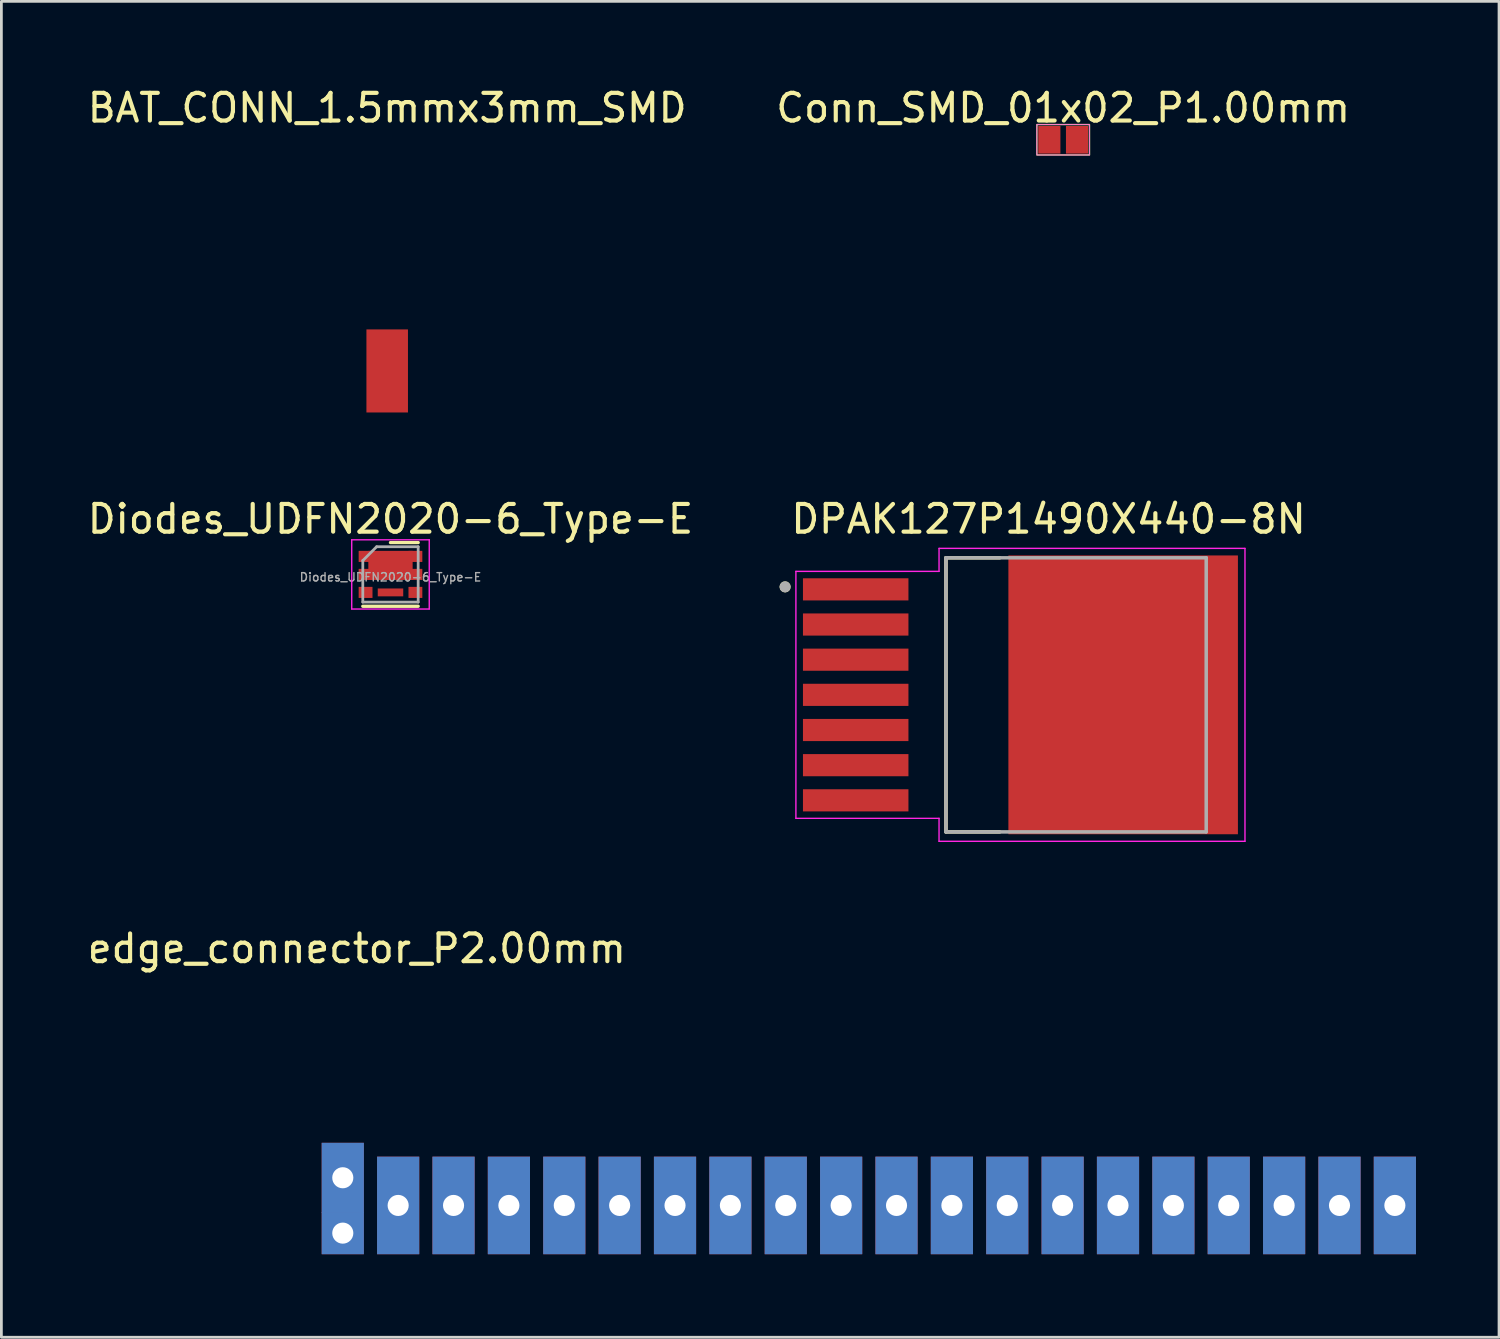
<source format=kicad_pcb>
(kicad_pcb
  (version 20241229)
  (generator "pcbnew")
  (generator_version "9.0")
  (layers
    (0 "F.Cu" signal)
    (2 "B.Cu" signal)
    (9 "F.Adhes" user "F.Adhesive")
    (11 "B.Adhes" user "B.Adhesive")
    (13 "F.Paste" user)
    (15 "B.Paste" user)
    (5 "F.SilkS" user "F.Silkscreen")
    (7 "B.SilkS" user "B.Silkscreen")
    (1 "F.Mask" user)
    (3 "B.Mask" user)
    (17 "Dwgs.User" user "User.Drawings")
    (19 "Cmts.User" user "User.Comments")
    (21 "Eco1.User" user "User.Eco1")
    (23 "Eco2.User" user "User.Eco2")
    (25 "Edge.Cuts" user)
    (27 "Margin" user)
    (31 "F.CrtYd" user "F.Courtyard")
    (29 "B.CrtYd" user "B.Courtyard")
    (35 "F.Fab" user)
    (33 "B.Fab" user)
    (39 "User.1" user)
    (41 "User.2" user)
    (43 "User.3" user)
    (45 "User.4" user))
  (footprint "edge_connector_P2.00mm"
    (layer "F.Cu")
    (at 9.331 40.489)
    (property "Reference" "edge_connector_P2.00mm" (at 0.508 -9.279 0) (layer "F.SilkS") (effects (font (size 1 1) (thickness 0.15))))
    (attr through_hole)
    (pad "1" thru_hole custom (at 0 -1) (size 1.524 2.524) (drill 0.762) (layers "*.Cu" "*.Mask") (options (anchor rect)) (primitives))
    (pad "1" thru_hole custom (at 0 1) (size 1.524 1.524) (drill 0.762) (layers "*.Cu" "*.Mask") (options (anchor rect)) (primitives))
    (pad "2" thru_hole custom (at 2 0) (size 1.524 3.524) (drill 0.762) (layers "*.Cu" "*.Mask") (options (anchor rect)) (primitives))
    (pad "3" thru_hole custom (at 4 0) (size 1.524 3.524) (drill 0.762) (layers "*.Cu" "*.Mask") (options (anchor rect)) (primitives))
    (pad "4" thru_hole custom (at 6 0) (size 1.524 3.524) (drill 0.762) (layers "*.Cu" "*.Mask") (options (anchor rect)) (primitives))
    (pad "5" thru_hole custom (at 8 0) (size 1.524 3.524) (drill 0.762) (layers "*.Cu" "*.Mask") (options (anchor rect)) (primitives))
    (pad "6" thru_hole custom (at 10 0) (size 1.524 3.524) (drill 0.762) (layers "*.Cu" "*.Mask") (options (anchor rect)) (primitives))
    (pad "7" thru_hole custom (at 12 0) (size 1.524 3.524) (drill 0.762) (layers "*.Cu" "*.Mask") (options (anchor rect)) (primitives))
    (pad "8" thru_hole custom (at 14 0) (size 1.524 3.524) (drill 0.762) (layers "*.Cu" "*.Mask") (options (anchor rect)) (primitives))
    (pad "9" thru_hole custom (at 16 0) (size 1.524 3.524) (drill 0.762) (layers "*.Cu" "*.Mask") (options (anchor rect)) (primitives))
    (pad "10" thru_hole custom (at 18 0) (size 1.524 3.524) (drill 0.762) (layers "*.Cu" "*.Mask") (options (anchor rect)) (primitives))
    (pad "11" thru_hole custom (at 20 0) (size 1.524 3.524) (drill 0.762) (layers "*.Cu" "*.Mask") (options (anchor rect)) (primitives))
    (pad "12" thru_hole custom (at 22 0) (size 1.524 3.524) (drill 0.762) (layers "*.Cu" "*.Mask") (options (anchor rect)) (primitives))
    (pad "13" thru_hole custom (at 24 0) (size 1.524 3.524) (drill 0.762) (layers "*.Cu" "*.Mask") (options (anchor rect)) (primitives))
    (pad "14" thru_hole custom (at 26 0) (size 1.524 3.524) (drill 0.762) (layers "*.Cu" "*.Mask") (options (anchor rect)) (primitives))
    (pad "15" thru_hole custom (at 28 0) (size 1.524 3.524) (drill 0.762) (layers "*.Cu" "*.Mask") (options (anchor rect)) (primitives))
    (pad "16" thru_hole custom (at 30 0) (size 1.524 3.524) (drill 0.762) (layers "*.Cu" "*.Mask") (options (anchor rect)) (primitives))
    (pad "17" thru_hole custom (at 32 0) (size 1.524 3.524) (drill 0.762) (layers "*.Cu" "*.Mask") (options (anchor rect)) (primitives))
    (pad "18" thru_hole custom (at 34 0) (size 1.524 3.524) (drill 0.762) (layers "*.Cu" "*.Mask") (options (anchor rect)) (primitives))
    (pad "19" thru_hole custom (at 36 0) (size 1.524 3.524) (drill 0.762) (layers "*.Cu" "*.Mask") (options (anchor rect)) (primitives))
    (pad "20" thru_hole custom (at 38 0) (size 1.524 3.524) (drill 0.762) (layers "*.Cu" "*.Mask") (options (anchor rect)) (primitives)))
  (footprint "DPAK127P1490X440-8N"
    (layer "F.Cu")
    (at 33.807 22.047)
    (property "Reference" "DPAK127P1490X440-8N" (at 1.016 -6.35 0) (layer "F.SilkS") (effects (font (size 1 1) (thickness 0.15))))
    (attr smd)
    (fp_line (start -2.69 -4.95) (end -2.69 4.95) (stroke (width 0.127) (type solid)) (layer "F.SilkS"))
    (fp_line (start -2.69 4.95) (end -0.749 4.95) (stroke (width 0.127) (type solid)) (layer "F.SilkS"))
    (fp_line (start -0.749 -4.95) (end -2.69 -4.95) (stroke (width 0.127) (type solid)) (layer "F.SilkS"))
    (fp_circle (center -8.5 -3.9) (end -8.4 -3.9) (stroke (width 0.2) (type solid)) (fill no) (layer "F.SilkS"))
    (fp_poly (pts (xy 0.275 -4.865) (xy 1.625 -4.865) (xy 1.625 -3.215) (xy 0.275 -3.215)) (stroke (width 0.01) (type solid)) (fill yes) (layer "F.Paste"))
    (fp_poly (pts (xy 0.275 -2.845) (xy 1.625 -2.845) (xy 1.625 -1.195) (xy 0.275 -1.195)) (stroke (width 0.01) (type solid)) (fill yes) (layer "F.Paste"))
    (fp_poly (pts (xy 0.275 -0.825) (xy 1.625 -0.825) (xy 1.625 0.825) (xy 0.275 0.825)) (stroke (width 0.01) (type solid)) (fill yes) (layer "F.Paste"))
    (fp_poly (pts (xy 0.275 1.195) (xy 1.625 1.195) (xy 1.625 2.845) (xy 0.275 2.845)) (stroke (width 0.01) (type solid)) (fill yes) (layer "F.Paste"))
    (fp_poly (pts (xy 0.275 3.215) (xy 1.625 3.215) (xy 1.625 4.865) (xy 0.275 4.865)) (stroke (width 0.01) (type solid)) (fill yes) (layer "F.Paste"))
    (fp_poly (pts (xy 3.035 -4.865) (xy 4.385 -4.865) (xy 4.385 -3.215) (xy 3.035 -3.215)) (stroke (width 0.01) (type solid)) (fill yes) (layer "F.Paste"))
    (fp_poly (pts (xy 3.035 -2.845) (xy 4.385 -2.845) (xy 4.385 -1.195) (xy 3.035 -1.195)) (stroke (width 0.01) (type solid)) (fill yes) (layer "F.Paste"))
    (fp_poly (pts (xy 3.035 -0.825) (xy 4.385 -0.825) (xy 4.385 0.825) (xy 3.035 0.825)) (stroke (width 0.01) (type solid)) (fill yes) (layer "F.Paste"))
    (fp_poly (pts (xy 3.035 1.195) (xy 4.385 1.195) (xy 4.385 2.845) (xy 3.035 2.845)) (stroke (width 0.01) (type solid)) (fill yes) (layer "F.Paste"))
    (fp_poly (pts (xy 3.035 3.215) (xy 4.385 3.215) (xy 4.385 4.865) (xy 3.035 4.865)) (stroke (width 0.01) (type solid)) (fill yes) (layer "F.Paste"))
    (fp_poly (pts (xy 5.795 -4.865) (xy 7.145 -4.865) (xy 7.145 -3.215) (xy 5.795 -3.215)) (stroke (width 0.01) (type solid)) (fill yes) (layer "F.Paste"))
    (fp_poly (pts (xy 5.795 -2.845) (xy 7.145 -2.845) (xy 7.145 -1.195) (xy 5.795 -1.195)) (stroke (width 0.01) (type solid)) (fill yes) (layer "F.Paste"))
    (fp_poly (pts (xy 5.795 -0.825) (xy 7.145 -0.825) (xy 7.145 0.825) (xy 5.795 0.825)) (stroke (width 0.01) (type solid)) (fill yes) (layer "F.Paste"))
    (fp_poly (pts (xy 5.795 1.195) (xy 7.145 1.195) (xy 7.145 2.845) (xy 5.795 2.845)) (stroke (width 0.01) (type solid)) (fill yes) (layer "F.Paste"))
    (fp_poly (pts (xy 5.795 3.215) (xy 7.145 3.215) (xy 7.145 4.865) (xy 5.795 4.865)) (stroke (width 0.01) (type solid)) (fill yes) (layer "F.Paste"))
    (fp_line (start -8.11 -4.46) (end -2.94 -4.46) (stroke (width 0.05) (type solid)) (layer "F.CrtYd"))
    (fp_line (start -8.11 4.46) (end -8.11 -4.46) (stroke (width 0.05) (type solid)) (layer "F.CrtYd"))
    (fp_line (start -2.94 -5.29) (end 8.11 -5.29) (stroke (width 0.05) (type solid)) (layer "F.CrtYd"))
    (fp_line (start -2.94 -4.46) (end -2.94 -5.29) (stroke (width 0.05) (type solid)) (layer "F.CrtYd"))
    (fp_line (start -2.94 4.46) (end -8.11 4.46) (stroke (width 0.05) (type solid)) (layer "F.CrtYd"))
    (fp_line (start -2.94 5.29) (end -2.94 4.46) (stroke (width 0.05) (type solid)) (layer "F.CrtYd"))
    (fp_line (start 8.11 -5.29) (end 8.11 5.29) (stroke (width 0.05) (type solid)) (layer "F.CrtYd"))
    (fp_line (start 8.11 5.29) (end -2.94 5.29) (stroke (width 0.05) (type solid)) (layer "F.CrtYd"))
    (fp_line (start -2.69 -4.95) (end 6.71 -4.95) (stroke (width 0.127) (type solid)) (layer "F.Fab"))
    (fp_line (start -2.69 4.95) (end -2.69 -4.95) (stroke (width 0.127) (type solid)) (layer "F.Fab"))
    (fp_line (start 6.71 -4.95) (end 6.71 4.95) (stroke (width 0.127) (type solid)) (layer "F.Fab"))
    (fp_line (start 6.71 4.95) (end -2.69 4.95) (stroke (width 0.127) (type solid)) (layer "F.Fab"))
    (fp_circle (center -8.5 -3.9) (end -8.4 -3.9) (stroke (width 0.2) (type solid)) (fill no) (layer "F.Fab"))
    (pad "1" smd rect (at -5.95 -3.81) (size 3.81 0.8) (layers "F.Cu" "F.Mask" "F.Paste"))
    (pad "2" smd rect (at -5.95 -2.54) (size 3.81 0.8) (layers "F.Cu" "F.Mask" "F.Paste"))
    (pad "3" smd rect (at -5.95 -1.27) (size 3.81 0.8) (layers "F.Cu" "F.Mask" "F.Paste"))
    (pad "4" smd rect (at -5.95 0) (size 3.81 0.8) (layers "F.Cu" "F.Mask" "F.Paste"))
    (pad "5" smd rect (at -5.95 1.27) (size 3.81 0.8) (layers "F.Cu" "F.Mask" "F.Paste"))
    (pad "6" smd rect (at -5.95 2.54) (size 3.81 0.8) (layers "F.Cu" "F.Mask" "F.Paste"))
    (pad "7" smd rect (at -5.95 3.81) (size 3.81 0.8) (layers "F.Cu" "F.Mask" "F.Paste"))
    (pad "8" smd rect (at 3.71 0 270) (size 10.07 8.29) (layers "F.Cu" "F.Mask")))
  (footprint "BAT_CONN_1.5mmx3mm_SMD"
    (layer "F.Cu")
    (at 10.935 10.348)
    (property "Reference" "BAT_CONN_1.5mmx3mm_SMD" (at 0 -9.5 0) (layer "F.SilkS") (effects (font (size 1 1) (thickness 0.15))))
    (attr through_hole)
    (pad "1" smd rect (at 0 0) (size 1.5 3) (layers "F.Cu" "F.Mask" "F.Paste")))
  (footprint "Diodes_UDFN2020-6_Type-E"
    (layer "F.Cu")
    (at 11.054 17.697)
    (property "Reference" "Diodes_UDFN2020-6_Type-E" (at 0 -2 0) (layer "F.SilkS") (effects (font (size 1 1) (thickness 0.15))))
    (attr smd)
    (fp_line (start 1 -1.15) (end 0 -1.15) (stroke (width 0.12) (type solid)) (layer "F.SilkS"))
    (fp_line (start 1 1.15) (end -1 1.15) (stroke (width 0.12) (type solid)) (layer "F.SilkS"))
    (fp_line (start -1.4 -1.25) (end -1.4 1.25) (stroke (width 0.05) (type solid)) (layer "F.CrtYd"))
    (fp_line (start -1.4 1.25) (end 1.4 1.25) (stroke (width 0.05) (type solid)) (layer "F.CrtYd"))
    (fp_line (start 1.4 -1.25) (end -1.4 -1.25) (stroke (width 0.05) (type solid)) (layer "F.CrtYd"))
    (fp_line (start 1.4 1.25) (end 1.4 -1.25) (stroke (width 0.05) (type solid)) (layer "F.CrtYd"))
    (fp_line (start -1 1) (end -1 -0.5) (stroke (width 0.1) (type solid)) (layer "F.Fab"))
    (fp_line (start -0.5 -1) (end -1 -0.5) (stroke (width 0.1) (type solid)) (layer "F.Fab"))
    (fp_line (start -0.5 -1) (end 1 -1) (stroke (width 0.1) (type solid)) (layer "F.Fab"))
    (fp_line (start 1 -1) (end 1 1) (stroke (width 0.1) (type solid)) (layer "F.Fab"))
    (fp_line (start 1 1) (end -1 1) (stroke (width 0.1) (type solid)) (layer "F.Fab"))
    (fp_text user "${REFERENCE}" (at 0 0.1 0) (layer "F.Fab") (effects (font (size 0.3 0.3) (thickness 0.05))))
    (pad "1" smd rect (at -0.9 -0.65) (size 0.5 0.4) (layers "F.Cu" "F.Mask" "F.Paste"))
    (pad "1" smd rect (at -0.9 0) (size 0.5 0.4) (layers "F.Cu" "F.Mask" "F.Paste"))
    (pad "1" smd rect (at 0 -0.325) (size 1.6 1.05) (layers "F.Cu" "F.Mask" "F.Paste"))
    (pad "1" smd rect (at 0.9 -0.65) (size 0.5 0.4) (layers "F.Cu" "F.Mask" "F.Paste"))
    (pad "1" smd rect (at 0.9 0) (size 0.5 0.4) (layers "F.Cu" "F.Mask" "F.Paste"))
    (pad "2" smd rect (at 0 0.65) (size 0.92 0.285) (layers "F.Cu" "F.Mask" "F.Paste"))
    (pad "2" smd rect (at 0.9 0.65) (size 0.5 0.4) (layers "F.Cu" "F.Mask" "F.Paste"))
    (pad "3" smd rect (at -0.9 0.65) (size 0.5 0.4) (layers "F.Cu" "F.Mask" "F.Paste")))
  (footprint "Conn_SMD_01x02_P1.00mm"
    (layer "F.Cu")
    (at 35.351 1.998)
    (property "Reference" "Conn_SMD_01x02_P1.00mm" (at 0 -1.15 0) (unlocked yes) (layer "F.SilkS") (effects (font (size 1 1) (thickness 0.15))))
    (attr smd)
    (fp_rect (start -0.95 -0.55) (end 0.95 0.55) (stroke (width 0.05) (type solid)) (fill no) (layer "F.SilkS"))
    (fp_rect (start -0.95 -0.55) (end 0.95 0.55) (stroke (width 0.02) (type solid)) (fill no) (layer "F.CrtYd"))
    (pad "1" smd rect (at -0.5 0) (size 0.8 1) (layers "F.Cu" "F.Mask" "F.Paste"))
    (pad "2" smd rect (at 0.5 0) (size 0.8 1) (layers "F.Cu" "F.Mask" "F.Paste")))
  (gr_rect
    (start -3 -3)
    (end 51.093 45.251)
    (stroke (width 0.1) (type default))
    (fill no)
    (layer "Edge.Cuts")))
</source>
